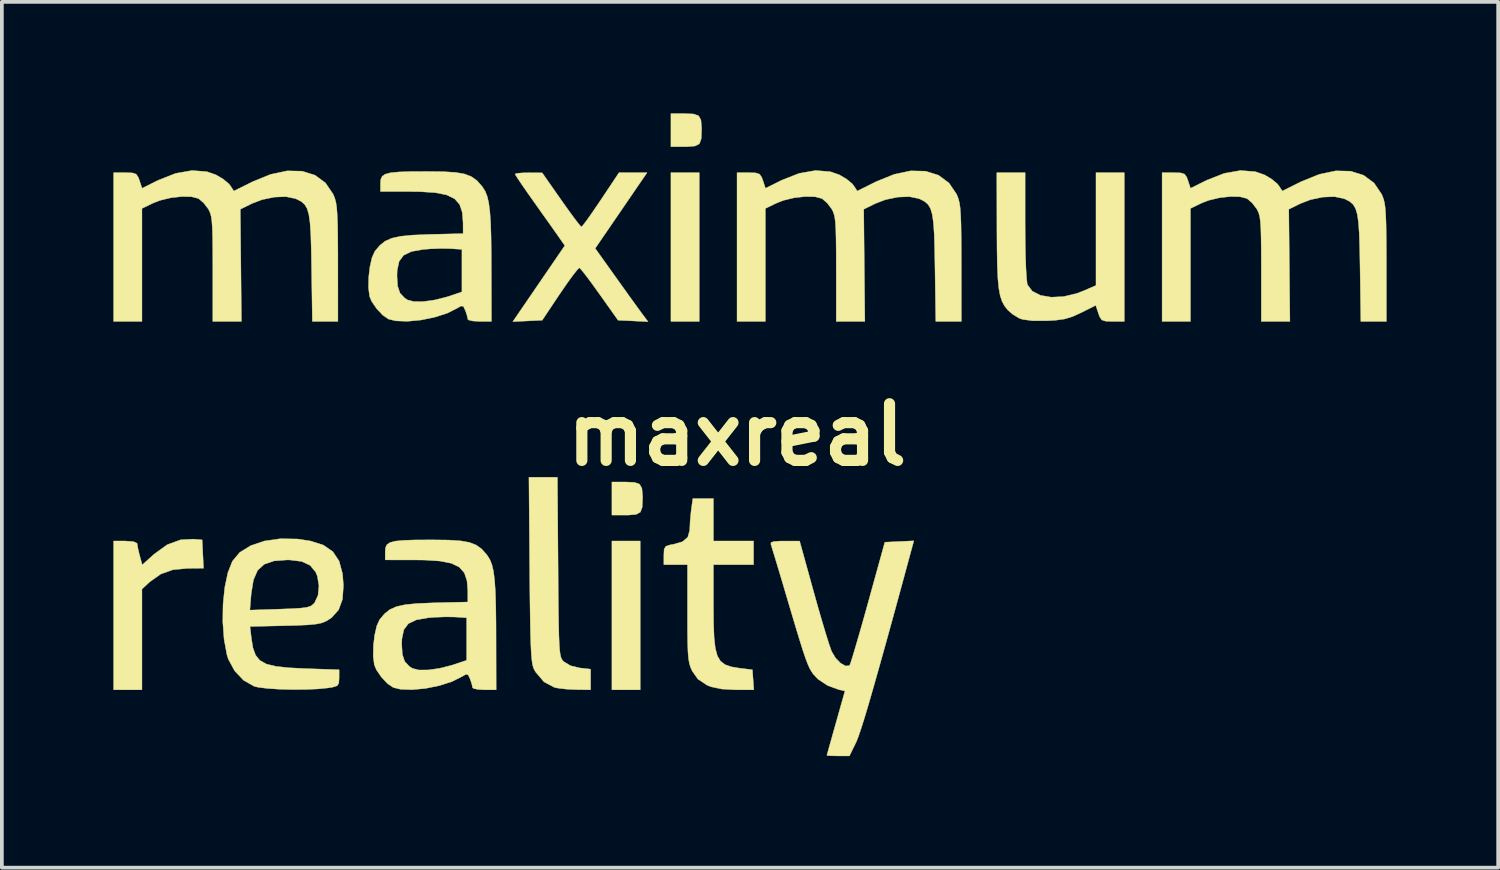
<source format=kicad_pcb>
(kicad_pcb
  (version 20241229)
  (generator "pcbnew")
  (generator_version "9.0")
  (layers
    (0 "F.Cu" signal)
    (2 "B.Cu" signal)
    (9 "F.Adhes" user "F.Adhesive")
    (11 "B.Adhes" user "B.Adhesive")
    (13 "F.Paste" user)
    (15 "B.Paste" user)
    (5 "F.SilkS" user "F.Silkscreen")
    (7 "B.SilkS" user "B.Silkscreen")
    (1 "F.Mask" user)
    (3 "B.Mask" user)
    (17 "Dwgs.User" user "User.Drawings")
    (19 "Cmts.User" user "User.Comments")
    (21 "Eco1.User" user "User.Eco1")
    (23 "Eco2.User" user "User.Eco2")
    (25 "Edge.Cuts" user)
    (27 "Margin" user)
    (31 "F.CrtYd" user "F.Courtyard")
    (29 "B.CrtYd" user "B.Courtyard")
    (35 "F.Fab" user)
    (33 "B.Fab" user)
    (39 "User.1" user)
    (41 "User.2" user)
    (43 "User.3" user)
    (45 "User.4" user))
  (footprint "maxreal"
    (layer "F.Cu")
    (at 16.769 8.641)
    (property "Reference" "maxreal" (at 0 0 0) (layer "F.SilkS") (effects (font (size 1.524 1.524) (thickness 0.3))))
    (attr through_hole)
    (fp_poly (pts (xy -2.603 6.858) (xy -3.365 6.858) (xy -3.365 2.857) (xy -2.603 2.857) (xy -2.603 6.858)) (stroke (width 0.01) (type solid)) (fill yes) (layer "F.SilkS"))
    (fp_poly (pts (xy -1.016 -3.048) (xy -1.778 -3.048) (xy -1.778 -7.048) (xy -1.016 -7.048) (xy -1.016 -3.048)) (stroke (width 0.01) (type solid)) (fill yes) (layer "F.SilkS"))
    (fp_poly (pts (xy -2.756 1.28) (xy -2.621 1.328) (xy -2.558 1.44) (xy -2.54 1.643) (xy -2.54 1.714) (xy -2.55 1.946) (xy -2.599 2.079) (xy -2.712 2.141) (xy -2.918 2.159) (xy -2.991 2.159) (xy -3.365 2.159) (xy -3.365 1.27) (xy -2.991 1.27) (xy -2.756 1.28)) (stroke (width 0.01) (type solid)) (fill yes) (layer "F.SilkS"))
    (fp_poly (pts (xy -1.169 -8.626) (xy -1.034 -8.578) (xy -0.971 -8.466) (xy -0.953 -8.263) (xy -0.953 -8.191) (xy -0.963 -7.96) (xy -1.011 -7.827) (xy -1.125 -7.765) (xy -1.331 -7.747) (xy -1.404 -7.747) (xy -1.778 -7.747) (xy -1.778 -8.636) (xy -1.404 -8.636) (xy -1.169 -8.626)) (stroke (width 0.01) (type solid)) (fill yes) (layer "F.SilkS"))
    (fp_poly (pts (xy -14.383 2.826) (xy -14.346 3.588) (xy -14.777 3.592) (xy -15.172 3.63) (xy -15.495 3.745) (xy -15.787 3.951) (xy -15.827 3.988) (xy -16.002 4.151) (xy -16.002 6.858) (xy -16.764 6.858) (xy -16.764 2.857) (xy -16.447 2.857) (xy -16.228 2.873) (xy -16.133 2.919) (xy -16.129 2.937) (xy -16.112 3.046) (xy -16.072 3.217) (xy -16.061 3.257) (xy -15.995 3.498) (xy -15.675 3.21) (xy -15.323 2.956) (xy -14.962 2.824) (xy -14.617 2.806) (xy -14.383 2.826)) (stroke (width 0.01) (type solid)) (fill yes) (layer "F.SilkS"))
    (fp_poly (pts (xy -4.812 3.554) (xy -4.808 4.171) (xy -4.803 4.674) (xy -4.797 5.074) (xy -4.79 5.385) (xy -4.781 5.62) (xy -4.769 5.791) (xy -4.753 5.91) (xy -4.733 5.99) (xy -4.707 6.044) (xy -4.676 6.084) (xy -4.658 6.101) (xy -4.478 6.21) (xy -4.23 6.27) (xy -3.937 6.303) (xy -3.937 6.858) (xy -4.334 6.853) (xy -4.579 6.841) (xy -4.798 6.816) (xy -4.912 6.793) (xy -5.19 6.645) (xy -5.414 6.383) (xy -5.452 6.318) (xy -5.479 6.256) (xy -5.501 6.17) (xy -5.519 6.045) (xy -5.534 5.872) (xy -5.545 5.636) (xy -5.555 5.326) (xy -5.562 4.93) (xy -5.569 4.435) (xy -5.575 3.829) (xy -5.576 3.635) (xy -5.596 1.143) (xy -4.83 1.143) (xy -4.812 3.554)) (stroke (width 0.01) (type solid)) (fill yes) (layer "F.SilkS"))
    (fp_poly (pts (xy 7.747 -5.624) (xy 7.75 -5.197) (xy 7.757 -4.806) (xy 7.769 -4.474) (xy 7.785 -4.219) (xy 7.802 -4.063) (xy 7.81 -4.033) (xy 7.94 -3.861) (xy 8.16 -3.749) (xy 8.447 -3.7) (xy 8.78 -3.716) (xy 9.136 -3.801) (xy 9.319 -3.871) (xy 9.652 -4.016) (xy 9.652 -7.048) (xy 10.414 -7.048) (xy 10.414 -3.048) (xy 10.101 -3.048) (xy 9.913 -3.054) (xy 9.809 -3.087) (xy 9.751 -3.171) (xy 9.718 -3.264) (xy 9.646 -3.48) (xy 9.252 -3.283) (xy 9.019 -3.177) (xy 8.807 -3.113) (xy 8.563 -3.079) (xy 8.319 -3.066) (xy 7.94 -3.067) (xy 7.677 -3.103) (xy 7.588 -3.133) (xy 7.413 -3.239) (xy 7.281 -3.353) (xy 7.195 -3.462) (xy 7.128 -3.585) (xy 7.076 -3.74) (xy 7.039 -3.941) (xy 7.014 -4.205) (xy 6.999 -4.548) (xy 6.991 -4.986) (xy 6.988 -5.509) (xy 6.985 -7.048) (xy 7.747 -7.048) (xy 7.747 -5.624)) (stroke (width 0.01) (type solid)) (fill yes) (layer "F.SilkS"))
    (fp_poly (pts (xy -0.635 2.857) (xy 0.445 2.857) (xy 0.445 3.493) (xy -0.635 3.493) (xy -0.635 4.556) (xy -0.631 5.056) (xy -0.617 5.444) (xy -0.585 5.735) (xy -0.529 5.945) (xy -0.443 6.089) (xy -0.321 6.182) (xy -0.156 6.239) (xy 0.058 6.275) (xy 0.091 6.279) (xy 0.413 6.318) (xy 0.452 6.858) (xy -0.044 6.857) (xy -0.413 6.837) (xy -0.694 6.778) (xy -0.806 6.734) (xy -1.05 6.572) (xy -1.203 6.357) (xy -1.247 6.261) (xy -1.28 6.156) (xy -1.304 6.024) (xy -1.319 5.845) (xy -1.328 5.599) (xy -1.332 5.267) (xy -1.333 4.829) (xy -1.333 4.797) (xy -1.333 3.493) (xy -1.968 3.493) (xy -1.968 3.239) (xy -1.961 3.077) (xy -1.914 2.997) (xy -1.793 2.959) (xy -1.71 2.945) (xy -1.465 2.875) (xy -1.324 2.753) (xy -1.271 2.561) (xy -1.27 2.513) (xy -1.261 2.315) (xy -1.238 2.078) (xy -1.23 2.009) (xy -1.189 1.714) (xy -0.635 1.714) (xy -0.635 2.857)) (stroke (width 0.01) (type solid)) (fill yes) (layer "F.SilkS"))
    (fp_poly (pts (xy -3.814 -5.012) (xy -3.26 -4.236) (xy -3.051 -3.944) (xy -2.856 -3.672) (xy -2.691 -3.444) (xy -2.576 -3.286) (xy -2.55 -3.251) (xy -2.393 -3.041) (xy -2.796 -3.061) (xy -3.199 -3.08) (xy -3.695 -3.778) (xy -3.88 -4.036) (xy -4.041 -4.253) (xy -4.163 -4.409) (xy -4.231 -4.486) (xy -4.238 -4.49) (xy -4.289 -4.445) (xy -4.395 -4.313) (xy -4.542 -4.113) (xy -4.715 -3.862) (xy -4.763 -3.792) (xy -5.239 -3.08) (xy -6.03 -3.042) (xy -4.631 -5.086) (xy -4.772 -5.289) (xy -4.86 -5.415) (xy -5.004 -5.619) (xy -5.186 -5.875) (xy -5.387 -6.158) (xy -5.441 -6.234) (xy -5.629 -6.5) (xy -5.788 -6.73) (xy -5.904 -6.902) (xy -5.964 -6.999) (xy -5.969 -7.011) (xy -5.911 -7.031) (xy -5.762 -7.043) (xy -5.604 -7.046) (xy -5.239 -7.043) (xy -4.731 -6.317) (xy -4.545 -6.055) (xy -4.384 -5.834) (xy -4.262 -5.675) (xy -4.193 -5.595) (xy -4.185 -5.589) (xy -4.138 -5.639) (xy -4.035 -5.775) (xy -3.891 -5.98) (xy -3.718 -6.233) (xy -3.661 -6.318) (xy -3.174 -7.048) (xy -2.42 -7.048) (xy -3.814 -5.012)) (stroke (width 0.01) (type solid)) (fill yes) (layer "F.SilkS"))
    (fp_poly (pts (xy 4.697 3.061) (xy 4.434 4.03) (xy 4.201 4.883) (xy 3.996 5.625) (xy 3.818 6.262) (xy 3.665 6.802) (xy 3.536 7.249) (xy 3.428 7.61) (xy 3.339 7.892) (xy 3.269 8.099) (xy 3.215 8.24) (xy 3.196 8.28) (xy 3.022 8.636) (xy 2.717 8.636) (xy 2.541 8.633) (xy 2.432 8.625) (xy 2.415 8.62) (xy 2.433 8.557) (xy 2.478 8.394) (xy 2.546 8.153) (xy 2.629 7.857) (xy 2.66 7.747) (xy 2.902 6.89) (xy 2.737 6.853) (xy 2.437 6.744) (xy 2.177 6.572) (xy 2.045 6.43) (xy 1.995 6.355) (xy 1.947 6.269) (xy 1.898 6.157) (xy 1.84 6.004) (xy 1.77 5.796) (xy 1.683 5.519) (xy 1.573 5.158) (xy 1.436 4.698) (xy 1.337 4.364) (xy 1.221 3.971) (xy 1.115 3.616) (xy 1.025 3.318) (xy 0.957 3.096) (xy 0.918 2.97) (xy 0.911 2.951) (xy 0.913 2.9) (xy 0.984 2.871) (xy 1.147 2.859) (xy 1.279 2.858) (xy 1.683 2.858) (xy 2.056 4.207) (xy 2.172 4.62) (xy 2.284 5.007) (xy 2.386 5.347) (xy 2.47 5.616) (xy 2.531 5.792) (xy 2.544 5.826) (xy 2.648 6.001) (xy 2.782 6.139) (xy 2.915 6.216) (xy 3.018 6.21) (xy 3.027 6.202) (xy 3.055 6.131) (xy 3.111 5.955) (xy 3.19 5.689) (xy 3.289 5.35) (xy 3.402 4.954) (xy 3.522 4.524) (xy 3.974 2.889) (xy 4.364 2.87) (xy 4.754 2.852) (xy 4.697 3.061)) (stroke (width 0.01) (type solid)) (fill yes) (layer "F.SilkS"))
    (fp_poly (pts (xy -14.256 -7.075) (xy -14.012 -6.99) (xy -13.822 -6.878) (xy -13.67 -6.753) (xy -13.629 -6.703) (xy -13.531 -6.554) (xy -13.023 -6.807) (xy -12.54 -7.003) (xy -12.094 -7.097) (xy -11.693 -7.088) (xy -11.348 -6.98) (xy -11.067 -6.773) (xy -10.86 -6.469) (xy -10.852 -6.45) (xy -10.815 -6.356) (xy -10.786 -6.248) (xy -10.765 -6.106) (xy -10.751 -5.916) (xy -10.741 -5.658) (xy -10.736 -5.316) (xy -10.733 -4.873) (xy -10.733 -4.62) (xy -10.732 -3.048) (xy -11.42 -3.048) (xy -11.441 -4.493) (xy -11.45 -5.002) (xy -11.462 -5.399) (xy -11.483 -5.701) (xy -11.514 -5.924) (xy -11.561 -6.082) (xy -11.626 -6.192) (xy -11.713 -6.269) (xy -11.826 -6.329) (xy -11.878 -6.351) (xy -12.128 -6.403) (xy -12.441 -6.391) (xy -12.773 -6.322) (xy -13.044 -6.218) (xy -13.357 -6.064) (xy -13.327 -3.048) (xy -14.097 -3.048) (xy -14.097 -4.461) (xy -14.098 -4.926) (xy -14.102 -5.282) (xy -14.109 -5.546) (xy -14.122 -5.737) (xy -14.141 -5.873) (xy -14.169 -5.971) (xy -14.206 -6.05) (xy -14.221 -6.076) (xy -14.342 -6.234) (xy -14.472 -6.346) (xy -14.483 -6.353) (xy -14.668 -6.401) (xy -14.929 -6.406) (xy -15.224 -6.373) (xy -15.512 -6.304) (xy -15.7 -6.231) (xy -16.002 -6.085) (xy -16.002 -3.048) (xy -16.764 -3.048) (xy -16.764 -7.048) (xy -16.451 -7.048) (xy -16.262 -7.042) (xy -16.159 -7.009) (xy -16.101 -6.926) (xy -16.069 -6.838) (xy -16 -6.628) (xy -15.563 -6.845) (xy -15.095 -7.029) (xy -14.655 -7.106) (xy -14.256 -7.075)) (stroke (width 0.01) (type solid)) (fill yes) (layer "F.SilkS"))
    (fp_poly (pts (xy 2.508 -7.075) (xy 2.752 -6.99) (xy 2.942 -6.878) (xy 3.094 -6.753) (xy 3.135 -6.703) (xy 3.233 -6.554) (xy 3.741 -6.807) (xy 4.224 -7.003) (xy 4.67 -7.097) (xy 5.071 -7.088) (xy 5.416 -6.98) (xy 5.697 -6.773) (xy 5.904 -6.469) (xy 5.912 -6.45) (xy 5.949 -6.356) (xy 5.978 -6.248) (xy 5.999 -6.106) (xy 6.013 -5.916) (xy 6.023 -5.658) (xy 6.028 -5.316) (xy 6.031 -4.873) (xy 6.031 -4.62) (xy 6.032 -3.048) (xy 5.344 -3.048) (xy 5.323 -4.493) (xy 5.314 -5.002) (xy 5.302 -5.399) (xy 5.281 -5.701) (xy 5.25 -5.924) (xy 5.203 -6.082) (xy 5.138 -6.192) (xy 5.051 -6.269) (xy 4.938 -6.329) (xy 4.886 -6.351) (xy 4.636 -6.403) (xy 4.323 -6.391) (xy 3.991 -6.322) (xy 3.72 -6.218) (xy 3.407 -6.064) (xy 3.437 -3.048) (xy 2.667 -3.048) (xy 2.667 -4.461) (xy 2.666 -4.926) (xy 2.662 -5.282) (xy 2.655 -5.546) (xy 2.642 -5.737) (xy 2.623 -5.873) (xy 2.595 -5.971) (xy 2.558 -6.05) (xy 2.543 -6.076) (xy 2.422 -6.234) (xy 2.292 -6.346) (xy 2.281 -6.353) (xy 2.096 -6.401) (xy 1.835 -6.406) (xy 1.54 -6.373) (xy 1.252 -6.304) (xy 1.064 -6.231) (xy 0.762 -6.085) (xy 0.762 -3.048) (xy 0 -3.048) (xy 0 -7.048) (xy 0.313 -7.048) (xy 0.502 -7.042) (xy 0.605 -7.009) (xy 0.663 -6.926) (xy 0.695 -6.838) (xy 0.764 -6.628) (xy 1.201 -6.845) (xy 1.669 -7.029) (xy 2.109 -7.106) (xy 2.508 -7.075)) (stroke (width 0.01) (type solid)) (fill yes) (layer "F.SilkS"))
    (fp_poly (pts (xy 13.938 -7.075) (xy 14.182 -6.99) (xy 14.372 -6.878) (xy 14.524 -6.753) (xy 14.565 -6.703) (xy 14.663 -6.554) (xy 15.171 -6.807) (xy 15.654 -7.003) (xy 16.1 -7.097) (xy 16.501 -7.088) (xy 16.846 -6.98) (xy 17.127 -6.773) (xy 17.334 -6.469) (xy 17.342 -6.45) (xy 17.379 -6.356) (xy 17.408 -6.248) (xy 17.429 -6.106) (xy 17.443 -5.916) (xy 17.453 -5.658) (xy 17.458 -5.316) (xy 17.461 -4.873) (xy 17.461 -4.62) (xy 17.462 -3.048) (xy 16.774 -3.048) (xy 16.753 -4.493) (xy 16.744 -5.002) (xy 16.732 -5.399) (xy 16.711 -5.701) (xy 16.68 -5.924) (xy 16.633 -6.082) (xy 16.568 -6.192) (xy 16.481 -6.269) (xy 16.368 -6.329) (xy 16.316 -6.351) (xy 16.066 -6.403) (xy 15.753 -6.391) (xy 15.421 -6.322) (xy 15.15 -6.218) (xy 14.837 -6.064) (xy 14.867 -3.048) (xy 14.097 -3.048) (xy 14.097 -4.461) (xy 14.096 -4.926) (xy 14.092 -5.282) (xy 14.085 -5.546) (xy 14.072 -5.737) (xy 14.053 -5.873) (xy 14.025 -5.971) (xy 13.988 -6.05) (xy 13.973 -6.076) (xy 13.852 -6.234) (xy 13.722 -6.346) (xy 13.711 -6.353) (xy 13.526 -6.401) (xy 13.265 -6.406) (xy 12.97 -6.373) (xy 12.682 -6.304) (xy 12.494 -6.231) (xy 12.192 -6.085) (xy 12.192 -3.048) (xy 11.43 -3.048) (xy 11.43 -7.048) (xy 11.743 -7.048) (xy 11.932 -7.042) (xy 12.035 -7.009) (xy 12.093 -6.926) (xy 12.125 -6.838) (xy 12.194 -6.628) (xy 12.631 -6.845) (xy 13.099 -7.029) (xy 13.539 -7.106) (xy 13.938 -7.075)) (stroke (width 0.01) (type solid)) (fill yes) (layer "F.SilkS"))
    (fp_poly (pts (xy -11.818 2.803) (xy -11.475 2.855) (xy -11.124 2.966) (xy -10.869 3.143) (xy -10.7 3.396) (xy -10.608 3.74) (xy -10.584 4.052) (xy -10.61 4.424) (xy -10.713 4.706) (xy -10.9 4.915) (xy -10.977 4.968) (xy -11.079 5.025) (xy -11.191 5.066) (xy -11.335 5.093) (xy -11.537 5.112) (xy -11.821 5.125) (xy -12.153 5.134) (xy -13.097 5.155) (xy -13.059 5.475) (xy -13.017 5.732) (xy -12.946 5.926) (xy -12.832 6.067) (xy -12.656 6.165) (xy -12.403 6.227) (xy -12.055 6.265) (xy -11.62 6.287) (xy -10.7 6.318) (xy -10.7 6.54) (xy -10.708 6.678) (xy -10.754 6.75) (xy -10.874 6.788) (xy -10.986 6.806) (xy -11.26 6.834) (xy -11.595 6.849) (xy -11.957 6.851) (xy -12.313 6.842) (xy -12.631 6.821) (xy -12.877 6.79) (xy -12.986 6.763) (xy -13.269 6.602) (xy -13.509 6.349) (xy -13.678 6.037) (xy -13.716 5.919) (xy -13.794 5.496) (xy -13.828 5.031) (xy -13.824 4.715) (xy -13.1 4.715) (xy -12.288 4.688) (xy -11.951 4.675) (xy -11.718 4.66) (xy -11.563 4.639) (xy -11.465 4.607) (xy -11.399 4.559) (xy -11.358 4.514) (xy -11.267 4.316) (xy -11.242 4.061) (xy -11.285 3.802) (xy -11.33 3.692) (xy -11.478 3.513) (xy -11.706 3.406) (xy -12.03 3.366) (xy -12.09 3.365) (xy -12.45 3.392) (xy -12.712 3.481) (xy -12.892 3.646) (xy -13.004 3.903) (xy -13.063 4.266) (xy -13.067 4.307) (xy -13.1 4.715) (xy -13.824 4.715) (xy -13.821 4.555) (xy -13.775 4.103) (xy -13.691 3.707) (xy -13.571 3.4) (xy -13.57 3.4) (xy -13.373 3.164) (xy -13.078 2.981) (xy -12.707 2.856) (xy -12.28 2.795) (xy -11.818 2.803)) (stroke (width 0.01) (type solid)) (fill yes) (layer "F.SilkS"))
    (fp_poly (pts (xy -7.89 -7.075) (xy -7.566 -7.054) (xy -7.324 -7.012) (xy -7.142 -6.941) (xy -6.996 -6.837) (xy -6.866 -6.691) (xy -6.841 -6.658) (xy -6.772 -6.548) (xy -6.718 -6.412) (xy -6.677 -6.236) (xy -6.647 -6.004) (xy -6.626 -5.701) (xy -6.614 -5.31) (xy -6.608 -4.816) (xy -6.607 -4.493) (xy -6.604 -3.048) (xy -6.921 -3.048) (xy -7.103 -3.059) (xy -7.218 -3.086) (xy -7.239 -3.107) (xy -7.26 -3.206) (xy -7.303 -3.336) (xy -7.358 -3.452) (xy -7.423 -3.463) (xy -7.519 -3.407) (xy -7.793 -3.269) (xy -8.134 -3.16) (xy -8.503 -3.085) (xy -8.864 -3.051) (xy -9.178 -3.063) (xy -9.371 -3.11) (xy -9.527 -3.216) (xy -9.692 -3.392) (xy -9.826 -3.588) (xy -9.881 -3.721) (xy -9.91 -3.95) (xy -9.905 -4.23) (xy -9.901 -4.27) (xy -9.144 -4.27) (xy -9.126 -3.996) (xy -9.063 -3.81) (xy -8.938 -3.677) (xy -8.858 -3.625) (xy -8.687 -3.581) (xy -8.431 -3.582) (xy -8.123 -3.626) (xy -7.796 -3.709) (xy -7.747 -3.725) (xy -7.398 -3.842) (xy -7.398 -4.985) (xy -7.715 -5.006) (xy -7.96 -5.01) (xy -8.252 -4.999) (xy -8.439 -4.984) (xy -8.755 -4.928) (xy -8.965 -4.827) (xy -9.087 -4.663) (xy -9.139 -4.418) (xy -9.144 -4.27) (xy -9.901 -4.27) (xy -9.872 -4.517) (xy -9.815 -4.767) (xy -9.739 -4.934) (xy -9.739 -4.935) (xy -9.606 -5.092) (xy -9.462 -5.207) (xy -9.283 -5.286) (xy -9.047 -5.338) (xy -8.732 -5.369) (xy -8.315 -5.386) (xy -8.271 -5.388) (xy -7.366 -5.409) (xy -7.367 -5.705) (xy -7.389 -5.982) (xy -7.46 -6.194) (xy -7.596 -6.347) (xy -7.809 -6.45) (xy -8.112 -6.51) (xy -8.521 -6.537) (xy -8.779 -6.54) (xy -9.588 -6.54) (xy -9.588 -6.762) (xy -9.58 -6.87) (xy -9.542 -6.951) (xy -9.46 -7.008) (xy -9.317 -7.046) (xy -9.096 -7.067) (xy -8.783 -7.078) (xy -8.36 -7.08) (xy -8.319 -7.08) (xy -7.89 -7.075)) (stroke (width 0.01) (type solid)) (fill yes) (layer "F.SilkS"))
    (fp_poly (pts (xy -7.763 2.831) (xy -7.439 2.852) (xy -7.197 2.894) (xy -7.015 2.965) (xy -6.869 3.069) (xy -6.739 3.215) (xy -6.714 3.248) (xy -6.645 3.358) (xy -6.591 3.494) (xy -6.55 3.67) (xy -6.52 3.902) (xy -6.499 4.205) (xy -6.487 4.596) (xy -6.481 5.09) (xy -6.48 5.413) (xy -6.477 6.858) (xy -6.795 6.858) (xy -6.976 6.847) (xy -7.091 6.82) (xy -7.112 6.799) (xy -7.133 6.7) (xy -7.176 6.57) (xy -7.231 6.454) (xy -7.296 6.443) (xy -7.392 6.499) (xy -7.666 6.637) (xy -8.007 6.746) (xy -8.376 6.821) (xy -8.737 6.855) (xy -9.051 6.843) (xy -9.244 6.796) (xy -9.4 6.69) (xy -9.565 6.514) (xy -9.699 6.318) (xy -9.754 6.185) (xy -9.783 5.956) (xy -9.778 5.676) (xy -9.774 5.636) (xy -9.017 5.636) (xy -8.999 5.91) (xy -8.936 6.096) (xy -8.811 6.229) (xy -8.731 6.281) (xy -8.56 6.325) (xy -8.304 6.324) (xy -7.996 6.28) (xy -7.669 6.197) (xy -7.62 6.181) (xy -7.271 6.064) (xy -7.271 4.921) (xy -7.588 4.9) (xy -7.833 4.896) (xy -8.125 4.907) (xy -8.312 4.922) (xy -8.628 4.978) (xy -8.838 5.079) (xy -8.96 5.243) (xy -9.012 5.488) (xy -9.017 5.636) (xy -9.774 5.636) (xy -9.745 5.389) (xy -9.688 5.139) (xy -9.612 4.972) (xy -9.612 4.971) (xy -9.479 4.814) (xy -9.335 4.699) (xy -9.156 4.62) (xy -8.92 4.568) (xy -8.605 4.537) (xy -8.188 4.52) (xy -8.144 4.518) (xy -7.239 4.497) (xy -7.24 4.201) (xy -7.262 3.924) (xy -7.333 3.712) (xy -7.469 3.559) (xy -7.682 3.456) (xy -7.985 3.396) (xy -8.394 3.369) (xy -8.652 3.366) (xy -9.461 3.365) (xy -9.461 3.144) (xy -9.453 3.036) (xy -9.415 2.955) (xy -9.333 2.898) (xy -9.19 2.86) (xy -8.969 2.839) (xy -8.656 2.828) (xy -8.233 2.826) (xy -8.191 2.826) (xy -7.763 2.831)) (stroke (width 0.01) (type solid)) (fill yes) (layer "F.SilkS")))
  (gr_rect
    (start -3 -3)
    (end 37.236 20.282)
    (stroke (width 0.1) (type default))
    (fill no)
    (layer "Edge.Cuts")))
</source>
